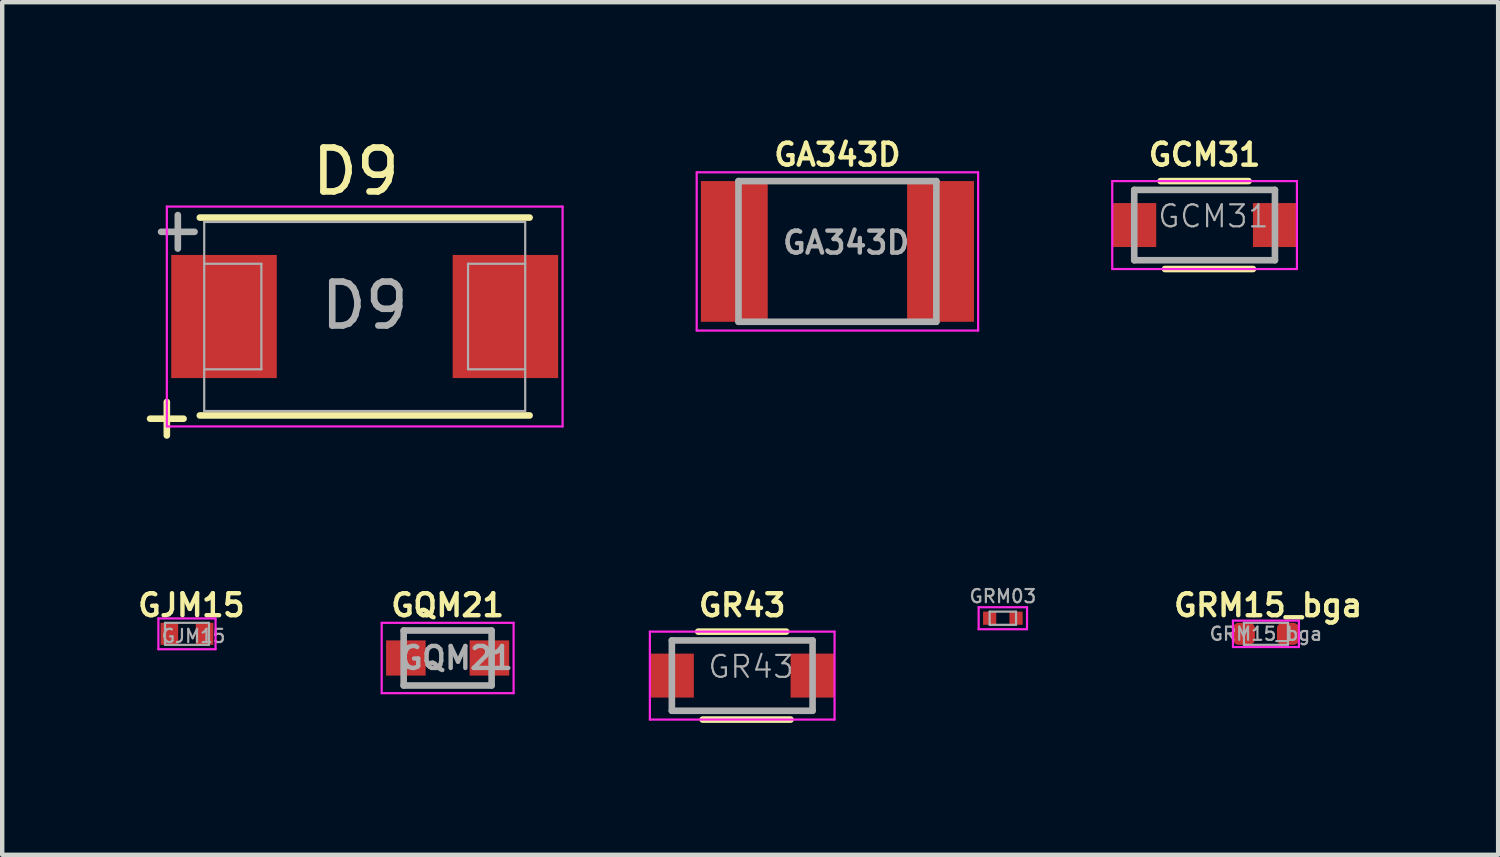
<source format=kicad_pcb>
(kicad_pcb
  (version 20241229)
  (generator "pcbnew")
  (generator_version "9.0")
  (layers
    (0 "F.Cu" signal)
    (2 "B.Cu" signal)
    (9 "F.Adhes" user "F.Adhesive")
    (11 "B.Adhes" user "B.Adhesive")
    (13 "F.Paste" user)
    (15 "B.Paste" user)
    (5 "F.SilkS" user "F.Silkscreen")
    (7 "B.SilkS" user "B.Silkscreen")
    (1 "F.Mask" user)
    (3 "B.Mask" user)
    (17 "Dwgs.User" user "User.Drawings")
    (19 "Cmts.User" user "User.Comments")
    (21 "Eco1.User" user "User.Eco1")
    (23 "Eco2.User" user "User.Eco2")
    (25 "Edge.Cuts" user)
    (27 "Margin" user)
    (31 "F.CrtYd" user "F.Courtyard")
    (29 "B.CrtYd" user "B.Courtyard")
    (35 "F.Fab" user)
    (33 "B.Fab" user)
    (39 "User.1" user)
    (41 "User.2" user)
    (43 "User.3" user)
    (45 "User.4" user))
  (footprint "GRM03"
    (layer "F.Cu")
    (at 19.756 11.009)
    (property "Reference" "GRM03" (at 0 -0.5 0) (layer "F.Fab") (effects (font (size 0.3 0.3) (thickness 0.05))))
    (attr smd)
    (fp_line (start -0.55 -0.25) (end -0.55 0.25) (stroke (width 0.05) (type solid)) (layer "F.CrtYd"))
    (fp_line (start -0.55 -0.25) (end 0.55 -0.25) (stroke (width 0.05) (type solid)) (layer "F.CrtYd"))
    (fp_line (start -0.55 0.25) (end 0.55 0.25) (stroke (width 0.05) (type solid)) (layer "F.CrtYd"))
    (fp_line (start 0.55 -0.25) (end 0.55 0.25) (stroke (width 0.05) (type solid)) (layer "F.CrtYd"))
    (fp_line (start -0.3 -0.15) (end 0.3 -0.15) (stroke (width 0.05) (type solid)) (layer "F.Fab"))
    (fp_line (start -0.3 0.15) (end -0.3 -0.15) (stroke (width 0.05) (type solid)) (layer "F.Fab"))
    (fp_line (start 0.3 -0.15) (end 0.3 0.15) (stroke (width 0.05) (type solid)) (layer "F.Fab"))
    (fp_line (start 0.3 0.15) (end -0.3 0.15) (stroke (width 0.05) (type solid)) (layer "F.Fab"))
    (pad "1" smd rect (at -0.3 0) (size 0.3 0.3) (layers "F.Cu" "F.Mask" "F.Paste"))
    (pad "2" smd rect (at 0.3 0) (size 0.3 0.3) (layers "F.Cu" "F.Mask" "F.Paste")))
  (footprint "GR43"
    (layer "F.Cu")
    (at 13.829 12.314)
    (property "Reference" "GR43" (at 0 -1.6 0) (layer "F.SilkS") (effects (font (size 0.5 0.5) (thickness 0.1))))
    (attr smd)
    (fp_line (start -0.9 1) (end 1.1 1) (stroke (width 0.15) (type solid)) (layer "F.SilkS"))
    (fp_line (start 1 -1) (end -1 -1) (stroke (width 0.15) (type solid)) (layer "F.SilkS"))
    (fp_line (start -2.1 -1) (end -2.1 1) (stroke (width 0.05) (type solid)) (layer "F.CrtYd"))
    (fp_line (start -2.1 -1) (end 2.1 -1) (stroke (width 0.05) (type solid)) (layer "F.CrtYd"))
    (fp_line (start -2.1 1) (end 2.1 1) (stroke (width 0.05) (type solid)) (layer "F.CrtYd"))
    (fp_line (start 2.1 -1) (end 2.1 1) (stroke (width 0.05) (type solid)) (layer "F.CrtYd"))
    (fp_line (start -1.6 -0.8) (end -1.6 0.8) (stroke (width 0.15) (type solid)) (layer "F.Fab"))
    (fp_line (start -1.6 0.8) (end 1.6 0.8) (stroke (width 0.15) (type solid)) (layer "F.Fab"))
    (fp_line (start 1.6 -0.8) (end -1.6 -0.8) (stroke (width 0.15) (type solid)) (layer "F.Fab"))
    (fp_line (start 1.6 0.8) (end 1.6 -0.8) (stroke (width 0.15) (type solid)) (layer "F.Fab"))
    (fp_text user "${REFERENCE}" (at 0.2 -0.2 0) (layer "F.Fab") (effects (font (size 0.5 0.5) (thickness 0.05))))
    (pad "1" smd rect (at -1.6 0) (size 1 1) (layers "F.Cu" "F.Mask" "F.Paste"))
    (pad "2" smd rect (at 1.6 0) (size 1 1) (layers "F.Cu" "F.Mask" "F.Paste")))
  (footprint "GRM15_bga"
    (layer "F.Cu")
    (at 25.739 11.364)
    (property "Reference" "GRM15_bga" (at 0.05 -0.65 0) (layer "F.SilkS") (effects (font (size 0.5 0.5) (thickness 0.1))))
    (attr smd)
    (fp_line (start -0.75 -0.3) (end -0.75 0.3) (stroke (width 0.05) (type solid)) (layer "F.CrtYd"))
    (fp_line (start -0.75 -0.3) (end 0.75 -0.3) (stroke (width 0.05) (type solid)) (layer "F.CrtYd"))
    (fp_line (start -0.75 0.3) (end 0.75 0.3) (stroke (width 0.05) (type solid)) (layer "F.CrtYd"))
    (fp_line (start 0.75 -0.3) (end 0.75 0.3) (stroke (width 0.05) (type solid)) (layer "F.CrtYd"))
    (fp_line (start -0.5 -0.25) (end 0.5 -0.25) (stroke (width 0.05) (type solid)) (layer "F.Fab"))
    (fp_line (start -0.5 0.25) (end -0.5 -0.25) (stroke (width 0.05) (type solid)) (layer "F.Fab"))
    (fp_line (start 0.5 -0.25) (end 0.5 0.25) (stroke (width 0.05) (type solid)) (layer "F.Fab"))
    (fp_line (start 0.5 0.25) (end -0.5 0.25) (stroke (width 0.05) (type solid)) (layer "F.Fab"))
    (fp_text user "${REFERENCE}" (at 0 0 0) (layer "F.Fab") (effects (font (size 0.3 0.3) (thickness 0.05))))
    (pad "1" smd roundrect (at -0.5 0) (size 0.5 0.5) (layers "F.Cu" "F.Mask" "F.Paste") (roundrect_rratio 0.25))
    (pad "2" smd roundrect (at 0.5 0) (size 0.5 0.5) (layers "F.Cu" "F.Mask" "F.Paste") (roundrect_rratio 0.25)))
  (footprint "GJM15"
    (layer "F.Cu")
    (at 1.202 11.364)
    (property "Reference" "GJM15" (at 0.1 -0.65 0) (layer "F.SilkS") (effects (font (size 0.5 0.5) (thickness 0.1))))
    (attr smd)
    (fp_line (start -0.65 -0.35) (end -0.65 0.35) (stroke (width 0.05) (type solid)) (layer "F.CrtYd"))
    (fp_line (start -0.65 -0.35) (end 0.65 -0.35) (stroke (width 0.05) (type solid)) (layer "F.CrtYd"))
    (fp_line (start -0.65 0.35) (end 0.65 0.35) (stroke (width 0.05) (type solid)) (layer "F.CrtYd"))
    (fp_line (start 0.65 -0.35) (end 0.65 0.35) (stroke (width 0.05) (type solid)) (layer "F.CrtYd"))
    (fp_line (start -0.5 -0.25) (end 0.5 -0.25) (stroke (width 0.05) (type solid)) (layer "F.Fab"))
    (fp_line (start -0.5 0.25) (end -0.5 -0.25) (stroke (width 0.05) (type solid)) (layer "F.Fab"))
    (fp_line (start 0.5 -0.25) (end 0.5 0.25) (stroke (width 0.05) (type solid)) (layer "F.Fab"))
    (fp_line (start 0.5 0.25) (end -0.5 0.25) (stroke (width 0.05) (type solid)) (layer "F.Fab"))
    (fp_text user "${REFERENCE}" (at 0.15 0.05 0) (layer "F.Fab") (effects (font (size 0.3 0.3) (thickness 0.05))))
    (pad "1" smd rect (at -0.4 0) (size 0.4 0.5) (layers "F.Cu" "F.Mask" "F.Paste"))
    (pad "2" smd rect (at 0.4 0) (size 0.4 0.5) (layers "F.Cu" "F.Mask" "F.Paste")))
  (footprint "GA343D"
    (layer "F.Cu")
    (at 15.994 2.668)
    (property "Reference" "GA343D" (at 0 -2.2 0) (layer "F.SilkS") (effects (font (size 0.5 0.5) (thickness 0.1))))
    (attr smd)
    (fp_line (start -3.2 -1.8) (end -3.2 1.8) (stroke (width 0.05) (type solid)) (layer "F.CrtYd"))
    (fp_line (start -3.2 -1.8) (end 3.2 -1.8) (stroke (width 0.05) (type solid)) (layer "F.CrtYd"))
    (fp_line (start -3.2 1.8) (end 3.2 1.8) (stroke (width 0.05) (type solid)) (layer "F.CrtYd"))
    (fp_line (start 3.2 -1.8) (end 3.2 1.8) (stroke (width 0.05) (type solid)) (layer "F.CrtYd"))
    (fp_line (start -2.25 -1.6) (end -2.25 1.6) (stroke (width 0.15) (type solid)) (layer "F.Fab"))
    (fp_line (start -2.25 1.6) (end 2.25 1.6) (stroke (width 0.15) (type solid)) (layer "F.Fab"))
    (fp_line (start 2.25 -1.6) (end -2.25 -1.6) (stroke (width 0.15) (type solid)) (layer "F.Fab"))
    (fp_line (start 2.25 1.6) (end 2.25 -1.6) (stroke (width 0.15) (type solid)) (layer "F.Fab"))
    (fp_text user "${REFERENCE}" (at 0.2 -0.2 0) (layer "F.Fab") (effects (font (size 0.5 0.5) (thickness 0.1))))
    (pad "1" smd rect (at -2.345 0) (size 1.52 3.2) (layers "F.Cu" "F.Mask" "F.Paste"))
    (pad "2" smd rect (at 2.345 0) (size 1.52 3.2) (layers "F.Cu" "F.Mask" "F.Paste")))
  (footprint "GQM21"
    (layer "F.Cu")
    (at 7.13 11.914)
    (property "Reference" "GQM21" (at 0 -1.2 0) (layer "F.SilkS") (effects (font (size 0.5 0.5) (thickness 0.1))))
    (attr smd)
    (fp_line (start -1.5 -0.8) (end -1.5 0.8) (stroke (width 0.05) (type solid)) (layer "F.CrtYd"))
    (fp_line (start -1.5 -0.8) (end 1.5 -0.8) (stroke (width 0.05) (type solid)) (layer "F.CrtYd"))
    (fp_line (start -1.5 0.8) (end 1.5 0.8) (stroke (width 0.05) (type solid)) (layer "F.CrtYd"))
    (fp_line (start 1.5 -0.8) (end 1.5 0.8) (stroke (width 0.05) (type solid)) (layer "F.CrtYd"))
    (fp_line (start -1 -0.625) (end -1 0.625) (stroke (width 0.15) (type solid)) (layer "F.Fab"))
    (fp_line (start -1 0.625) (end 1 0.625) (stroke (width 0.15) (type solid)) (layer "F.Fab"))
    (fp_line (start 1 -0.625) (end -1 -0.625) (stroke (width 0.15) (type solid)) (layer "F.Fab"))
    (fp_line (start 1 0.625) (end 1 -0.625) (stroke (width 0.15) (type solid)) (layer "F.Fab"))
    (fp_text user "${REFERENCE}" (at 0.2 0 0) (layer "F.Fab") (effects (font (size 0.5 0.5) (thickness 0.1))))
    (pad "1" smd rect (at -0.95 0) (size 0.9 0.8) (layers "F.Cu" "F.Mask" "F.Paste"))
    (pad "2" smd rect (at 0.95 0) (size 0.9 0.8) (layers "F.Cu" "F.Mask" "F.Paste")))
  (footprint "GCM31"
    (layer "F.Cu")
    (at 24.344 2.068)
    (property "Reference" "GCM31" (at 0 -1.6 0) (layer "F.SilkS") (effects (font (size 0.5 0.5) (thickness 0.1))))
    (attr smd)
    (fp_line (start -0.9 1) (end 1.1 1) (stroke (width 0.15) (type solid)) (layer "F.SilkS"))
    (fp_line (start 1 -1) (end -1 -1) (stroke (width 0.15) (type solid)) (layer "F.SilkS"))
    (fp_line (start -2.1 -1) (end -2.1 1) (stroke (width 0.05) (type solid)) (layer "F.CrtYd"))
    (fp_line (start -2.1 -1) (end 2.1 -1) (stroke (width 0.05) (type solid)) (layer "F.CrtYd"))
    (fp_line (start -2.1 1) (end 2.1 1) (stroke (width 0.05) (type solid)) (layer "F.CrtYd"))
    (fp_line (start 2.1 -1) (end 2.1 1) (stroke (width 0.05) (type solid)) (layer "F.CrtYd"))
    (fp_line (start -1.6 -0.8) (end -1.6 0.8) (stroke (width 0.15) (type solid)) (layer "F.Fab"))
    (fp_line (start -1.6 0.8) (end 1.6 0.8) (stroke (width 0.15) (type solid)) (layer "F.Fab"))
    (fp_line (start 1.6 -0.8) (end -1.6 -0.8) (stroke (width 0.15) (type solid)) (layer "F.Fab"))
    (fp_line (start 1.6 0.8) (end 1.6 -0.8) (stroke (width 0.15) (type solid)) (layer "F.Fab"))
    (fp_text user "${REFERENCE}" (at 0.2 -0.2 0) (layer "F.Fab") (effects (font (size 0.5 0.5) (thickness 0.05))))
    (pad "1" smd rect (at -1.6 0) (size 1 1) (layers "F.Cu" "F.Mask" "F.Paste"))
    (pad "2" smd rect (at 1.6 0) (size 1 1) (layers "F.Cu" "F.Mask" "F.Paste")))
  (footprint "D9"
    (layer "F.Cu")
    (at 5.244 4.148)
    (property "Reference" "D9" (at -0.201 -3.299 0) (layer "F.SilkS") (effects (font (size 1 1) (thickness 0.15))))
    (attr smd)
    (fp_line (start -3.75 2.25) (end 3.75 2.25) (stroke (width 0.15) (type solid)) (layer "F.SilkS"))
    (fp_line (start 3.75 -2.25) (end -3.75 -2.25) (stroke (width 0.15) (type solid)) (layer "F.SilkS"))
    (fp_line (start -4.5 -2.5) (end -4.5 2.5) (stroke (width 0.05) (type solid)) (layer "F.CrtYd"))
    (fp_line (start -4.5 2.5) (end 4.5 2.5) (stroke (width 0.05) (type solid)) (layer "F.CrtYd"))
    (fp_line (start 4.5 -2.5) (end -4.5 -2.5) (stroke (width 0.05) (type solid)) (layer "F.CrtYd"))
    (fp_line (start 4.5 2.5) (end 4.5 -2.5) (stroke (width 0.05) (type solid)) (layer "F.CrtYd"))
    (fp_line (start -3.65 -2.15) (end 3.65 -2.15) (stroke (width 0.05) (type solid)) (layer "F.Fab"))
    (fp_line (start -3.65 -1.2) (end -2.35 -1.2) (stroke (width 0.05) (type solid)) (layer "F.Fab"))
    (fp_line (start -3.65 2.15) (end -3.65 -2.15) (stroke (width 0.05) (type solid)) (layer "F.Fab"))
    (fp_line (start -2.35 -1.2) (end -2.35 1.2) (stroke (width 0.05) (type solid)) (layer "F.Fab"))
    (fp_line (start -2.35 1.2) (end -3.65 1.2) (stroke (width 0.05) (type solid)) (layer "F.Fab"))
    (fp_line (start 2.35 -1.2) (end 2.35 1.2) (stroke (width 0.05) (type solid)) (layer "F.Fab"))
    (fp_line (start 2.35 1.2) (end 3.65 1.2) (stroke (width 0.05) (type solid)) (layer "F.Fab"))
    (fp_line (start 3.65 -2.15) (end 3.65 2.15) (stroke (width 0.05) (type solid)) (layer "F.Fab"))
    (fp_line (start 3.65 -1.2) (end 2.35 -1.2) (stroke (width 0.05) (type solid)) (layer "F.Fab"))
    (fp_line (start 3.65 2.15) (end -3.65 2.15) (stroke (width 0.05) (type solid)) (layer "F.Fab"))
    (fp_text user "+" (at -4.5 2.25 0) (layer "F.SilkS") (effects (font (size 1 1) (thickness 0.15))))
    (fp_text user "${REFERENCE}" (at 0 -0.25 0) (layer "F.Fab") (effects (font (size 1 1) (thickness 0.15))))
    (fp_text user "+" (at -4.25 -2 0) (layer "F.Fab") (effects (font (size 1 1) (thickness 0.15))))
    (pad "1" smd rect (at -3.2 0) (size 2.4 2.8) (layers "F.Cu" "F.Mask" "F.Paste"))
    (pad "2" smd rect (at 3.2 0) (size 2.4 2.8) (layers "F.Cu" "F.Mask" "F.Paste")))
  (gr_rect
    (start -3 -3)
    (end 31.02 16.389)
    (stroke (width 0.1) (type default))
    (fill no)
    (layer "Edge.Cuts")))
</source>
